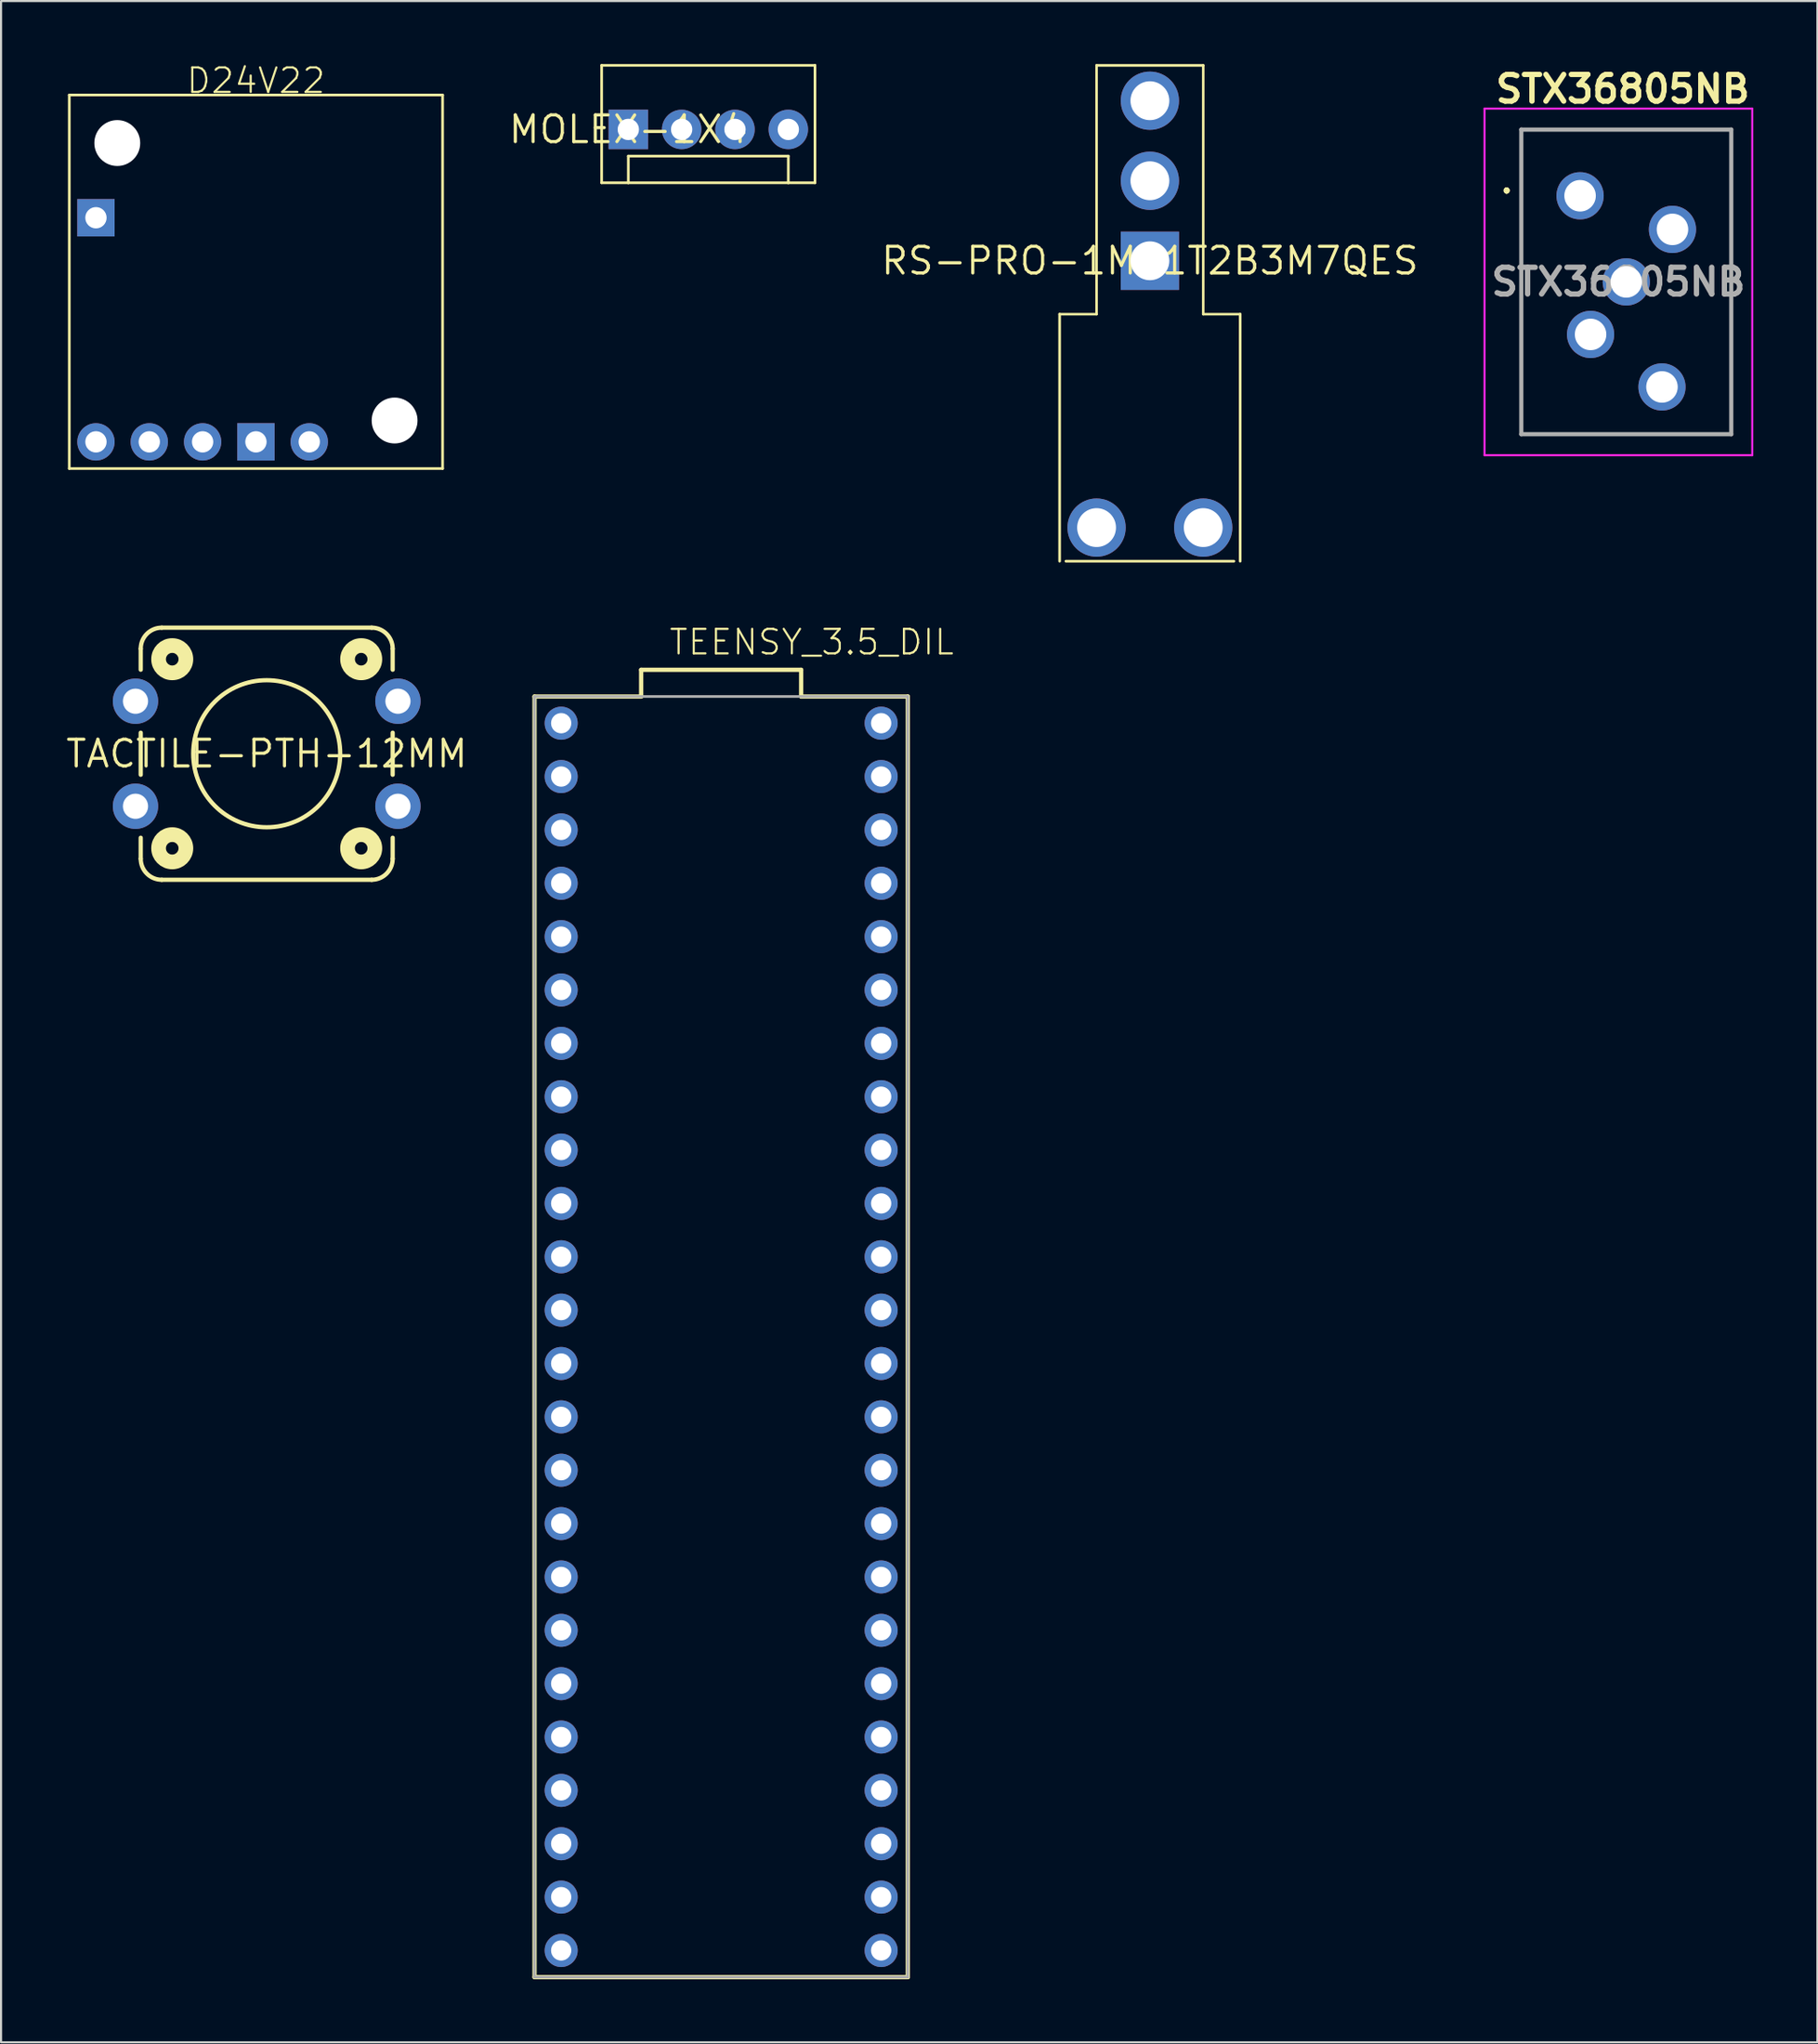
<source format=kicad_pcb>
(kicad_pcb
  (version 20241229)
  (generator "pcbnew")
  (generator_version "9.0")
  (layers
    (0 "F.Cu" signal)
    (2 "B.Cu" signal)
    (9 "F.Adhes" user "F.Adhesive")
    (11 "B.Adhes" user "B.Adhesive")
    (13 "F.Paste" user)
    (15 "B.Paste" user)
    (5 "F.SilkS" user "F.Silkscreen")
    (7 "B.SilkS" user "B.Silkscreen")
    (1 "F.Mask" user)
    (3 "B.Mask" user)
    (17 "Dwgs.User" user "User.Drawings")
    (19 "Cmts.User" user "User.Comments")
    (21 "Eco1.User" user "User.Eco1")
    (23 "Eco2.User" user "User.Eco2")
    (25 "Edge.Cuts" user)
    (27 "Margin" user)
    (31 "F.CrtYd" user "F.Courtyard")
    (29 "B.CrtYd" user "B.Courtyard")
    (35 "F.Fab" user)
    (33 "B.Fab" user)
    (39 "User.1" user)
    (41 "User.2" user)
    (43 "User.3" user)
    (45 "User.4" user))
  (footprint "STX36805NB"
    (layer "F.Cu")
    (at 72.207 6.269)
    (property "Reference" "STX36805NB" (at 2.032 -5.08 0) (layer "F.SilkS") (effects (font (size 1.27 1.27) (thickness 0.254))))
    (attr through_hole)
    (fp_line (start -3.5 -0.3) (end -3.5 -0.3) (stroke (width 0.2) (type solid)) (layer "F.SilkS"))
    (fp_line (start -3.5 -0.2) (end -3.5 -0.2) (stroke (width 0.2) (type solid)) (layer "F.SilkS"))
    (fp_line (start -3.5 -0.2) (end -3.5 -0.2) (stroke (width 0.2) (type solid)) (layer "F.SilkS"))
    (fp_line (start -2.8 -3.15) (end -2.8 11.35) (stroke (width 0.1) (type solid)) (layer "F.SilkS"))
    (fp_line (start -2.8 11.35) (end 7.2 11.35) (stroke (width 0.1) (type solid)) (layer "F.SilkS"))
    (fp_line (start 7.2 -3.15) (end -2.8 -3.15) (stroke (width 0.1) (type solid)) (layer "F.SilkS"))
    (fp_line (start 7.2 11.35) (end 7.2 -3.15) (stroke (width 0.1) (type solid)) (layer "F.SilkS"))
    (fp_arc (start -3.5 -0.3) (mid -3.45 -0.25) (end -3.5 -0.2) (stroke (width 0.2) (type solid)) (layer "F.SilkS"))
    (fp_arc (start -3.5 -0.3) (mid -3.45 -0.25) (end -3.5 -0.2) (stroke (width 0.2) (type solid)) (layer "F.SilkS"))
    (fp_arc (start -3.5 -0.2) (mid -3.55 -0.25) (end -3.5 -0.3) (stroke (width 0.2) (type solid)) (layer "F.SilkS"))
    (fp_line (start -4.55 -4.15) (end -4.55 12.35) (stroke (width 0.1) (type solid)) (layer "F.CrtYd"))
    (fp_line (start -4.55 12.35) (end 8.2 12.35) (stroke (width 0.1) (type solid)) (layer "F.CrtYd"))
    (fp_line (start 8.2 -4.15) (end -4.55 -4.15) (stroke (width 0.1) (type solid)) (layer "F.CrtYd"))
    (fp_line (start 8.2 12.35) (end 8.2 -4.15) (stroke (width 0.1) (type solid)) (layer "F.CrtYd"))
    (fp_line (start -2.8 -3.15) (end 7.2 -3.15) (stroke (width 0.2) (type solid)) (layer "F.Fab"))
    (fp_line (start -2.8 11.35) (end -2.8 -3.15) (stroke (width 0.2) (type solid)) (layer "F.Fab"))
    (fp_line (start 7.2 -3.15) (end 7.2 11.35) (stroke (width 0.2) (type solid)) (layer "F.Fab"))
    (fp_line (start 7.2 11.35) (end -2.8 11.35) (stroke (width 0.2) (type solid)) (layer "F.Fab"))
    (fp_text user "${REFERENCE}" (at 1.825 4.1 0) (layer "F.Fab") (effects (font (size 1.27 1.27) (thickness 0.254))))
    (pad "R" thru_hole circle (at 0 0) (size 2.25 2.25) (drill 1.5) (layers "*.Cu" "*.Mask"))
    (pad "RN" thru_hole circle (at 4.4 1.6) (size 2.25 2.25) (drill 1.5) (layers "*.Cu" "*.Mask"))
    (pad "S" thru_hole circle (at 2.2 4.1) (size 2.25 2.25) (drill 1.5) (layers "*.Cu" "*.Mask"))
    (pad "T" thru_hole circle (at 3.9 9.1) (size 2.25 2.25) (drill 1.5) (layers "*.Cu" "*.Mask"))
    (pad "TN" thru_hole circle (at 0.5 6.6) (size 2.25 2.25) (drill 1.5) (layers "*.Cu" "*.Mask")))
  (footprint "RS-PRO-1MS1T2B3M7QES"
    (layer "F.Cu")
    (at 51.718 9.364)
    (property "Reference" "RS-PRO-1MS1T2B3M7QES" (at 0 0 0) (layer "F.SilkS") (effects (font (size 1.27 1.27) (thickness 0.15))))
    (fp_line (start -4.3 2.54) (end -4.3 14.3) (stroke (width 0.127) (type solid)) (layer "F.SilkS"))
    (fp_line (start -4.3 2.54) (end -2.54 2.54) (stroke (width 0.12) (type default)) (layer "F.SilkS"))
    (fp_line (start -4 14.3) (end 4 14.3) (stroke (width 0.127) (type solid)) (layer "F.SilkS"))
    (fp_line (start -2.54 -9.3) (end 2.54 -9.3) (stroke (width 0.127) (type solid)) (layer "F.SilkS"))
    (fp_line (start -2.54 2.54) (end -2.54 -9.3) (stroke (width 0.12) (type default)) (layer "F.SilkS"))
    (fp_line (start 2.54 2.54) (end 2.54 -9.3) (stroke (width 0.12) (type default)) (layer "F.SilkS"))
    (fp_line (start 4.3 2.54) (end 2.54 2.54) (stroke (width 0.12) (type default)) (layer "F.SilkS"))
    (fp_line (start 4.3 2.54) (end 4.3 14.3) (stroke (width 0.127) (type solid)) (layer "F.SilkS"))
    (pad "P$1" thru_hole rect (at 0 0) (size 2.775 2.775) (drill 1.85) (layers "*.Cu" "*.Mask"))
    (pad "P$2" thru_hole circle (at 0 -3.81) (size 2.775 2.775) (drill 1.85) (layers "*.Cu" "*.Mask"))
    (pad "P$3" thru_hole circle (at 0 -7.62) (size 2.775 2.775) (drill 1.85) (layers "*.Cu" "*.Mask"))
    (pad "P$4" thru_hole circle (at -2.54 12.7) (size 2.775 2.775) (drill 1.85) (layers "*.Cu" "*.Mask"))
    (pad "P$5" thru_hole circle (at 2.54 12.7) (size 2.775 2.775) (drill 1.85) (layers "*.Cu" "*.Mask")))
  (footprint "D24V22"
    (layer "F.Cu")
    (at 0.25 19.253)
    (property "Reference" "D24V22" (at 8.89 -17.78 0) (layer "F.SilkS") (effects (font (size 1.168 1.168) (thickness 0.102)) (justify bottom)))
    (fp_line (start 0 -17.78) (end 17.78 -17.78) (stroke (width 0.127) (type solid)) (layer "F.SilkS"))
    (fp_line (start 0 0) (end 0 -17.78) (stroke (width 0.127) (type solid)) (layer "F.SilkS"))
    (fp_line (start 17.78 -17.78) (end 17.78 0) (stroke (width 0.127) (type solid)) (layer "F.SilkS"))
    (fp_line (start 17.78 0) (end 0 0) (stroke (width 0.127) (type solid)) (layer "F.SilkS"))
    (pad "" np_thru_hole circle (at 2.286 -15.494) (size 2.184 2.184) (drill 2.184) (layers "*.Cu" "*.Mask"))
    (pad "" np_thru_hole circle (at 15.494 -2.286) (size 2.184 2.184) (drill 2.184) (layers "*.Cu" "*.Mask"))
    (pad "P$EN" thru_hole circle (at 3.81 -1.27) (size 1.778 1.778) (drill 1.016) (layers "*.Cu" "*.Mask"))
    (pad "P$GND1" thru_hole rect (at 1.27 -11.938) (size 1.778 1.778) (drill 1.016) (layers "*.Cu" "*.Mask"))
    (pad "P$GND2" thru_hole rect (at 8.89 -1.27) (size 1.778 1.778) (drill 1.016) (layers "*.Cu" "*.Mask"))
    (pad "P$OUT" thru_hole circle (at 11.43 -1.27) (size 1.778 1.778) (drill 1.016) (layers "*.Cu" "*.Mask"))
    (pad "P$PG" thru_hole circle (at 1.27 -1.27) (size 1.778 1.778) (drill 1.016) (layers "*.Cu" "*.Mask"))
    (pad "P$VIN" thru_hole circle (at 6.35 -1.27) (size 1.778 1.778) (drill 1.016) (layers "*.Cu" "*.Mask")))
  (footprint "TACTILE-PTH-12MM"
    (layer "F.Cu")
    (at 9.653 32.829)
    (property "Reference" "TACTILE-PTH-12MM" (at 0 0 0) (layer "F.SilkS") (effects (font (size 1.27 1.27) (thickness 0.15))))
    (fp_line (start -6 -4) (end -6 -5) (stroke (width 0.203) (type solid)) (layer "F.SilkS"))
    (fp_line (start -6 1) (end -6 -1) (stroke (width 0.203) (type solid)) (layer "F.SilkS"))
    (fp_line (start -6 5) (end -6 4) (stroke (width 0.203) (type solid)) (layer "F.SilkS"))
    (fp_line (start -5 -6) (end 5 -6) (stroke (width 0.203) (type solid)) (layer "F.SilkS"))
    (fp_line (start 5 6) (end -5 6) (stroke (width 0.203) (type solid)) (layer "F.SilkS"))
    (fp_line (start 6 -5) (end 6 -4) (stroke (width 0.203) (type solid)) (layer "F.SilkS"))
    (fp_line (start 6 -1) (end 6 1) (stroke (width 0.203) (type solid)) (layer "F.SilkS"))
    (fp_line (start 6 4) (end 6 5) (stroke (width 0.203) (type solid)) (layer "F.SilkS"))
    (fp_arc (start -6 -5) (mid -5.707107 -5.707107) (end -5 -6) (stroke (width 0.2032) (type solid)) (layer "F.SilkS"))
    (fp_arc (start -5 6) (mid -5.707107 5.707107) (end -6 5) (stroke (width 0.2032) (type solid)) (layer "F.SilkS"))
    (fp_arc (start 5 -6) (mid 5.707107 -5.707107) (end 6 -5) (stroke (width 0.2032) (type solid)) (layer "F.SilkS"))
    (fp_arc (start 6 5) (mid 5.707107 5.707107) (end 5 6) (stroke (width 0.2032) (type solid)) (layer "F.SilkS"))
    (fp_circle (center -4.5 -4.5) (end -4.2 -4.5) (stroke (width 0.7) (type solid)) (fill no) (layer "F.SilkS"))
    (fp_circle (center -4.5 4.5) (end -4.2 4.5) (stroke (width 0.7) (type solid)) (fill no) (layer "F.SilkS"))
    (fp_circle (center 0 0) (end 3.5 0) (stroke (width 0.203) (type solid)) (fill no) (layer "F.SilkS"))
    (fp_circle (center 4.5 -4.5) (end 4.8 -4.5) (stroke (width 0.7) (type solid)) (fill no) (layer "F.SilkS"))
    (fp_circle (center 4.5 4.5) (end 4.8 4.5) (stroke (width 0.7) (type solid)) (fill no) (layer "F.SilkS"))
    (pad "1" thru_hole circle (at 6.25 2.5) (size 2.159 2.159) (drill 1.2) (layers "*.Cu" "*.Mask"))
    (pad "2" thru_hole circle (at -6.25 2.5) (size 2.159 2.159) (drill 1.2) (layers "*.Cu" "*.Mask"))
    (pad "3" thru_hole circle (at 6.25 -2.5) (size 2.159 2.159) (drill 1.2) (layers "*.Cu" "*.Mask"))
    (pad "4" thru_hole circle (at -6.25 -2.5) (size 2.159 2.159) (drill 1.2) (layers "*.Cu" "*.Mask")))
  (footprint "MOLEX-1X4"
    (layer "F.Cu")
    (at 26.876 3.111)
    (property "Reference" "MOLEX-1X4" (at 0 0 0) (layer "F.SilkS") (effects (font (size 1.27 1.27) (thickness 0.15))))
    (fp_line (start -1.27 -3.048) (end -1.27 2.54) (stroke (width 0.127) (type solid)) (layer "F.SilkS"))
    (fp_line (start 0 1.27) (end 7.62 1.27) (stroke (width 0.127) (type solid)) (layer "F.SilkS"))
    (fp_line (start 0 2.54) (end -1.27 2.54) (stroke (width 0.127) (type solid)) (layer "F.SilkS"))
    (fp_line (start 0 2.54) (end 0 1.27) (stroke (width 0.127) (type solid)) (layer "F.SilkS"))
    (fp_line (start 7.62 1.27) (end 7.62 2.54) (stroke (width 0.127) (type solid)) (layer "F.SilkS"))
    (fp_line (start 7.62 2.54) (end 0 2.54) (stroke (width 0.127) (type solid)) (layer "F.SilkS"))
    (fp_line (start 8.89 -3.048) (end -1.27 -3.048) (stroke (width 0.127) (type solid)) (layer "F.SilkS"))
    (fp_line (start 8.89 -3.048) (end 8.89 2.54) (stroke (width 0.127) (type solid)) (layer "F.SilkS"))
    (fp_line (start 8.89 2.54) (end 7.62 2.54) (stroke (width 0.127) (type solid)) (layer "F.SilkS"))
    (pad "1" thru_hole rect (at 0 0) (size 1.88 1.88) (drill 1.016) (layers "*.Cu" "*.Mask"))
    (pad "2" thru_hole circle (at 2.54 0) (size 1.88 1.88) (drill 1.016) (layers "*.Cu" "*.Mask"))
    (pad "3" thru_hole circle (at 5.08 0) (size 1.88 1.88) (drill 1.016) (layers "*.Cu" "*.Mask"))
    (pad "4" thru_hole circle (at 7.62 0) (size 1.88 1.88) (drill 1.016) (layers "*.Cu" "*.Mask")))
  (footprint "TEENSY_3.5_DIL"
    (layer "F.Cu")
    (at 31.298 60.585)
    (property "Reference" "TEENSY_3.5_DIL" (at -2.54 -32.385 0) (layer "F.SilkS") (effects (font (size 1.168 1.168) (thickness 0.102)) (justify left bottom)))
    (fp_line (start -8.89 -30.48) (end -3.81 -30.48) (stroke (width 0.203) (type solid)) (layer "F.SilkS"))
    (fp_line (start -8.89 30.48) (end -8.89 -30.48) (stroke (width 0.203) (type solid)) (layer "F.SilkS"))
    (fp_line (start -3.81 -31.75) (end 3.81 -31.75) (stroke (width 0.203) (type solid)) (layer "F.SilkS"))
    (fp_line (start -3.81 -30.48) (end -3.81 -31.75) (stroke (width 0.203) (type solid)) (layer "F.SilkS"))
    (fp_line (start 3.81 -31.75) (end 3.81 -30.48) (stroke (width 0.203) (type solid)) (layer "F.SilkS"))
    (fp_line (start 3.81 -30.48) (end 8.89 -30.48) (stroke (width 0.203) (type solid)) (layer "F.SilkS"))
    (fp_line (start 8.89 -30.48) (end 8.89 30.48) (stroke (width 0.203) (type solid)) (layer "F.SilkS"))
    (fp_line (start 8.89 30.48) (end -8.89 30.48) (stroke (width 0.203) (type solid)) (layer "F.SilkS"))
    (fp_line (start -8.89 -30.48) (end 8.89 -30.48) (stroke (width 0.127) (type solid)) (layer "F.Fab"))
    (fp_line (start -8.89 30.48) (end -8.89 -30.48) (stroke (width 0.127) (type solid)) (layer "F.Fab"))
    (fp_line (start 8.89 -30.48) (end 8.89 30.48) (stroke (width 0.127) (type solid)) (layer "F.Fab"))
    (fp_line (start 8.89 30.48) (end -8.89 30.48) (stroke (width 0.127) (type solid)) (layer "F.Fab"))
    (pad "0" thru_hole circle (at -7.62 -26.67) (size 1.575 1.575) (drill 0.965) (layers "*.Cu" "*.Mask"))
    (pad "1" thru_hole circle (at -7.62 -24.13) (size 1.575 1.575) (drill 0.965) (layers "*.Cu" "*.Mask"))
    (pad "2" thru_hole circle (at -7.62 -21.59) (size 1.575 1.575) (drill 0.965) (layers "*.Cu" "*.Mask"))
    (pad "3" thru_hole circle (at -7.62 -19.05) (size 1.575 1.575) (drill 0.965) (layers "*.Cu" "*.Mask"))
    (pad "3.3V" thru_hole circle (at 7.62 -24.13) (size 1.575 1.575) (drill 0.965) (layers "*.Cu" "*.Mask"))
    (pad "3.3V3" thru_hole circle (at -7.62 6.35) (size 1.575 1.575) (drill 0.965) (layers "*.Cu" "*.Mask"))
    (pad "4" thru_hole circle (at -7.62 -16.51) (size 1.575 1.575) (drill 0.965) (layers "*.Cu" "*.Mask"))
    (pad "5" thru_hole circle (at -7.62 -13.97) (size 1.575 1.575) (drill 0.965) (layers "*.Cu" "*.Mask"))
    (pad "6" thru_hole circle (at -7.62 -11.43) (size 1.575 1.575) (drill 0.965) (layers "*.Cu" "*.Mask"))
    (pad "7" thru_hole circle (at -7.62 -8.89) (size 1.575 1.575) (drill 0.965) (layers "*.Cu" "*.Mask"))
    (pad "8" thru_hole circle (at -7.62 -6.35) (size 1.575 1.575) (drill 0.965) (layers "*.Cu" "*.Mask"))
    (pad "9" thru_hole circle (at -7.62 -3.81) (size 1.575 1.575) (drill 0.965) (layers "*.Cu" "*.Mask"))
    (pad "10" thru_hole circle (at -7.62 -1.27) (size 1.575 1.575) (drill 0.965) (layers "*.Cu" "*.Mask"))
    (pad "11" thru_hole circle (at -7.62 1.27) (size 1.575 1.575) (drill 0.965) (layers "*.Cu" "*.Mask"))
    (pad "12" thru_hole circle (at -7.62 3.81) (size 1.575 1.575) (drill 0.965) (layers "*.Cu" "*.Mask"))
    (pad "13" thru_hole circle (at 7.62 3.81) (size 1.575 1.575) (drill 0.965) (layers "*.Cu" "*.Mask"))
    (pad "14/A0" thru_hole circle (at 7.62 1.27) (size 1.575 1.575) (drill 0.965) (layers "*.Cu" "*.Mask"))
    (pad "15/A1" thru_hole circle (at 7.62 -1.27) (size 1.575 1.575) (drill 0.965) (layers "*.Cu" "*.Mask"))
    (pad "16/A2" thru_hole circle (at 7.62 -3.81) (size 1.575 1.575) (drill 0.965) (layers "*.Cu" "*.Mask"))
    (pad "17/A3" thru_hole circle (at 7.62 -6.35) (size 1.575 1.575) (drill 0.965) (layers "*.Cu" "*.Mask"))
    (pad "18/A4" thru_hole circle (at 7.62 -8.89) (size 1.575 1.575) (drill 0.965) (layers "*.Cu" "*.Mask"))
    (pad "19/A5" thru_hole circle (at 7.62 -11.43) (size 1.575 1.575) (drill 0.965) (layers "*.Cu" "*.Mask"))
    (pad "20/A6" thru_hole circle (at 7.62 -13.97) (size 1.575 1.575) (drill 0.965) (layers "*.Cu" "*.Mask"))
    (pad "21/A7" thru_hole circle (at 7.62 -16.51) (size 1.575 1.575) (drill 0.965) (layers "*.Cu" "*.Mask"))
    (pad "22/A8" thru_hole circle (at 7.62 -19.05) (size 1.575 1.575) (drill 0.965) (layers "*.Cu" "*.Mask"))
    (pad "23/A9" thru_hole circle (at 7.62 -21.59) (size 1.575 1.575) (drill 0.965) (layers "*.Cu" "*.Mask"))
    (pad "24" thru_hole circle (at -7.62 8.89) (size 1.575 1.575) (drill 0.965) (layers "*.Cu" "*.Mask"))
    (pad "25" thru_hole circle (at -7.62 11.43) (size 1.575 1.575) (drill 0.965) (layers "*.Cu" "*.Mask"))
    (pad "26" thru_hole circle (at -7.62 13.97) (size 1.575 1.575) (drill 0.965) (layers "*.Cu" "*.Mask"))
    (pad "27" thru_hole circle (at -7.62 16.51) (size 1.575 1.575) (drill 0.965) (layers "*.Cu" "*.Mask"))
    (pad "28" thru_hole circle (at -7.62 19.05) (size 1.575 1.575) (drill 0.965) (layers "*.Cu" "*.Mask"))
    (pad "29" thru_hole circle (at -7.62 21.59) (size 1.575 1.575) (drill 0.965) (layers "*.Cu" "*.Mask"))
    (pad "30" thru_hole circle (at -7.62 24.13) (size 1.575 1.575) (drill 0.965) (layers "*.Cu" "*.Mask"))
    (pad "31/A12" thru_hole circle (at -7.62 26.67) (size 1.575 1.575) (drill 0.965) (layers "*.Cu" "*.Mask"))
    (pad "32/A13" thru_hole circle (at -7.62 29.21) (size 1.575 1.575) (drill 0.965) (layers "*.Cu" "*.Mask"))
    (pad "33/A14" thru_hole circle (at 7.62 29.21) (size 1.575 1.575) (drill 0.965) (layers "*.Cu" "*.Mask"))
    (pad "34/A15" thru_hole circle (at 7.62 26.67) (size 1.575 1.575) (drill 0.965) (layers "*.Cu" "*.Mask"))
    (pad "35/A16" thru_hole circle (at 7.62 24.13) (size 1.575 1.575) (drill 0.965) (layers "*.Cu" "*.Mask"))
    (pad "36/A17" thru_hole circle (at 7.62 21.59) (size 1.575 1.575) (drill 0.965) (layers "*.Cu" "*.Mask"))
    (pad "37/A18" thru_hole circle (at 7.62 19.05) (size 1.575 1.575) (drill 0.965) (layers "*.Cu" "*.Mask"))
    (pad "38/A19" thru_hole circle (at 7.62 16.51) (size 1.575 1.575) (drill 0.965) (layers "*.Cu" "*.Mask"))
    (pad "39/A20" thru_hole circle (at 7.62 13.97) (size 1.575 1.575) (drill 0.965) (layers "*.Cu" "*.Mask"))
    (pad "A21" thru_hole circle (at 7.62 11.43) (size 1.575 1.575) (drill 0.965) (layers "*.Cu" "*.Mask"))
    (pad "A22" thru_hole circle (at 7.62 8.89) (size 1.575 1.575) (drill 0.965) (layers "*.Cu" "*.Mask"))
    (pad "AGND" thru_hole circle (at 7.62 -26.67) (size 1.575 1.575) (drill 0.965) (layers "*.Cu" "*.Mask"))
    (pad "GND" thru_hole circle (at -7.62 -29.21) (size 1.575 1.575) (drill 0.965) (layers "*.Cu" "*.Mask"))
    (pad "GND1" thru_hole circle (at 7.62 6.35) (size 1.575 1.575) (drill 0.965) (layers "*.Cu" "*.Mask"))
    (pad "VIN" thru_hole circle (at 7.62 -29.21) (size 1.575 1.575) (drill 0.965) (layers "*.Cu" "*.Mask")))
  (gr_rect
    (start -3 -3)
    (end 83.511 94.167)
    (stroke (width 0.1) (type default))
    (fill no)
    (layer "Edge.Cuts")))
</source>
